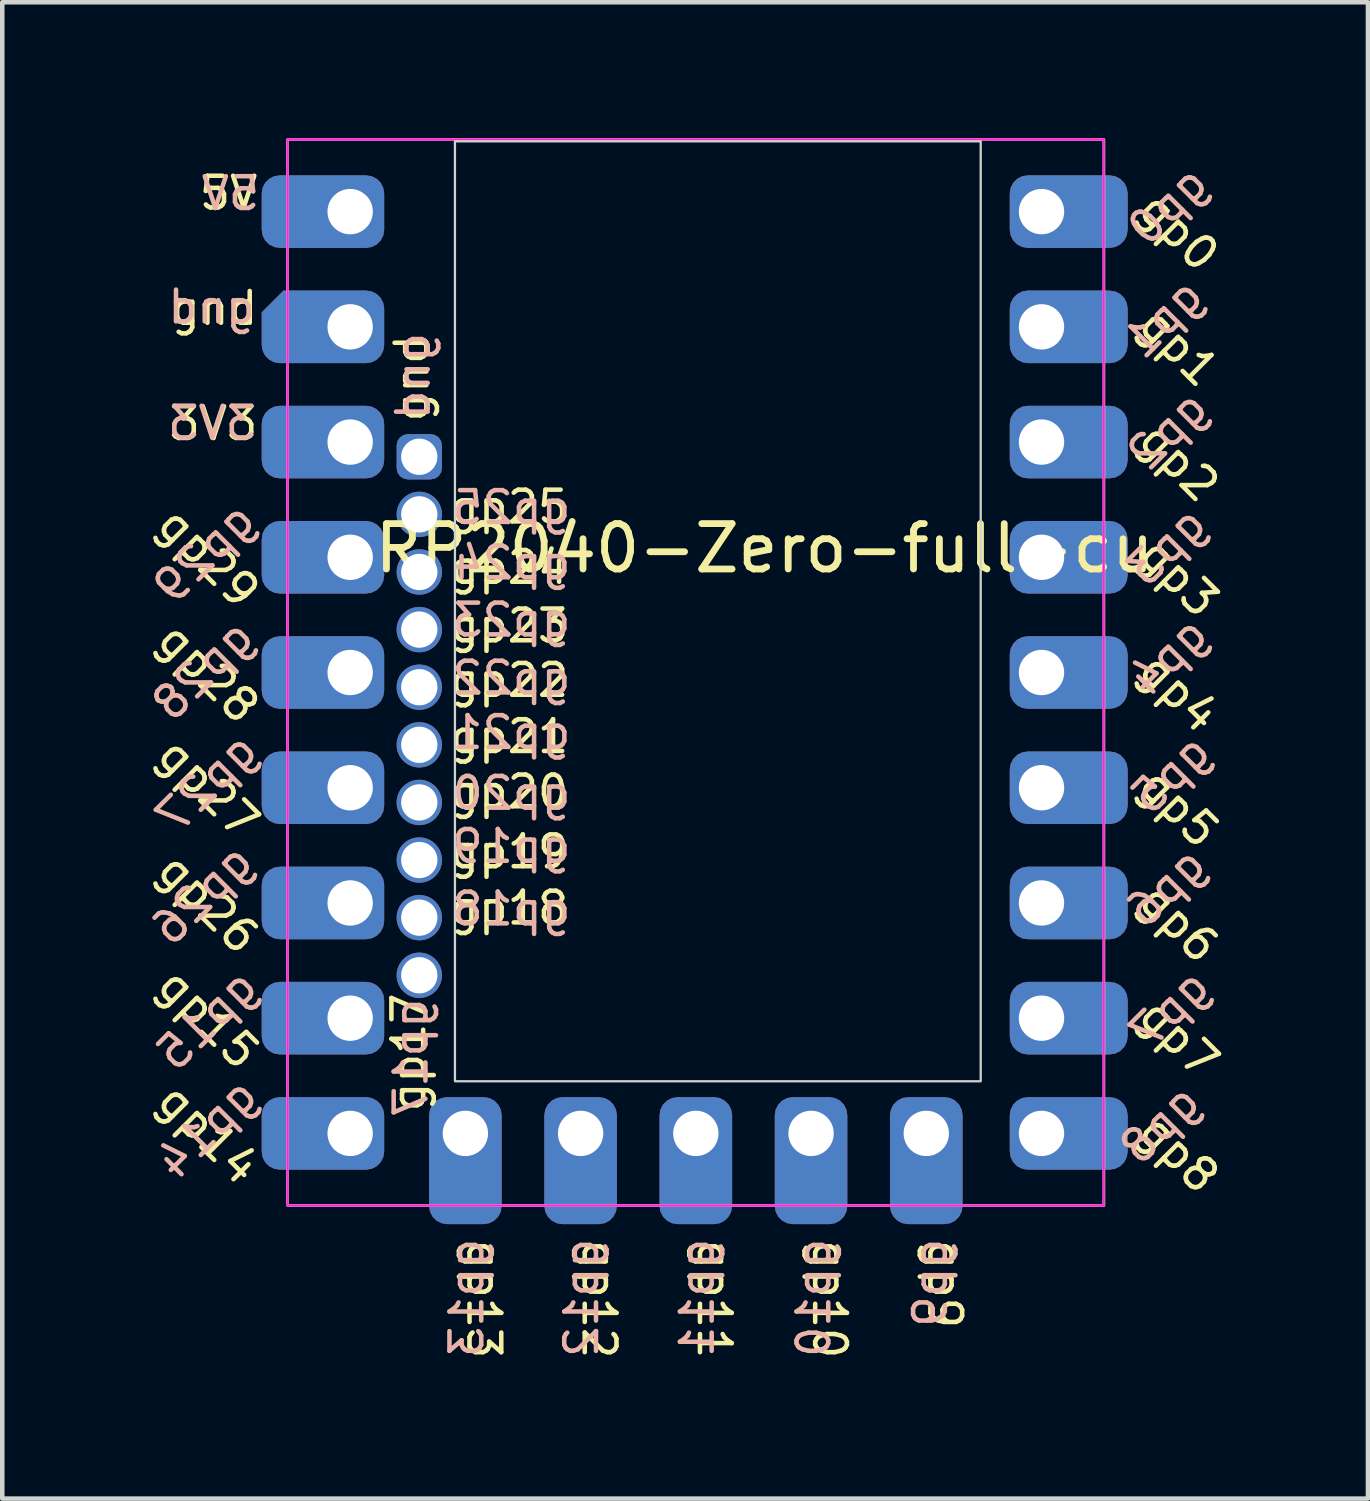
<source format=kicad_pcb>
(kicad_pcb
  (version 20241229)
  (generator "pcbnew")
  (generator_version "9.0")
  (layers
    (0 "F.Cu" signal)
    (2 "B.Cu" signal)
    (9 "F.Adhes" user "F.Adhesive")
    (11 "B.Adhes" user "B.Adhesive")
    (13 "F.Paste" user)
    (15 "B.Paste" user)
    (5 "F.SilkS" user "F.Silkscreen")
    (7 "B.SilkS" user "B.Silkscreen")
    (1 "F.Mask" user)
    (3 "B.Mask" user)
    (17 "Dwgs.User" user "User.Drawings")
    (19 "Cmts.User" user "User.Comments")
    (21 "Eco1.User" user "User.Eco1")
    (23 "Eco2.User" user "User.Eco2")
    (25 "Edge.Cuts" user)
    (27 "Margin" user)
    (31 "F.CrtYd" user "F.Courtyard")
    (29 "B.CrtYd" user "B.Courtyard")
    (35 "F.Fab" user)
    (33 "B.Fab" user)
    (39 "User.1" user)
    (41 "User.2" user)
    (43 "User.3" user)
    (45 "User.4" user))
  (footprint "RP2040-Zero-full-cu"
    (layer "F.Cu")
    (at 12.289 11.775)
    (property "Reference" "RP2040-Zero-full-cu" (at 1.513 -2.737 0) (unlocked yes) (layer "F.SilkS") (effects (font (size 1 1) (thickness 0.15))))
    (attr smd)
    (fp_rect (start -9 -11.75) (end 9 11.75) (stroke (width 0.05) (type default)) (fill no) (layer "F.SilkS"))
    (fp_rect (start -9 -11.75) (end 8.99 11.75) (stroke (width 0.05) (type default)) (fill no) (layer "B.SilkS"))
    (fp_rect (start -5.31 -11.71) (end 6.28 9.01) (stroke (width 0.05) (type default)) (fill no) (layer "Edge.Cuts"))
    (fp_rect (start -9 -11.75) (end 8.99 11.75) (stroke (width 0.05) (type default)) (fill no) (layer "F.CrtYd"))
    (fp_text user "3V3" (at -11.667 -5.08 0) (unlocked yes) (layer "F.SilkS") (effects (font (size 0.7 0.7) (thickness 0.1)) (justify left bottom)))
    (fp_text user "gp5" (at 9.63 2.54 315) (unlocked yes) (layer "F.SilkS") (effects (font (size 0.7 0.7) (thickness 0.1)) (justify left bottom)))
    (fp_text user "gp4" (at 9.63 0 315) (unlocked yes) (layer "F.SilkS") (effects (font (size 0.7 0.7) (thickness 0.1)) (justify left bottom)))
    (fp_text user "gp20" (at -5.48 3.04 0) (unlocked yes) (layer "F.SilkS") (effects (font (size 0.7 0.7) (thickness 0.1)) (justify left bottom)))
    (fp_text user "gp0" (at 9.63 -10.16 315) (unlocked yes) (layer "F.SilkS") (effects (font (size 0.7 0.7) (thickness 0.1)) (justify left bottom)))
    (fp_text user "gp22" (at -5.48 0.58 0) (unlocked yes) (layer "F.SilkS") (effects (font (size 0.7 0.7) (thickness 0.1)) (justify left bottom)))
    (fp_text user "gp8" (at 9.63 10.16 315) (unlocked yes) (layer "F.SilkS") (effects (font (size 0.7 0.7) (thickness 0.1)) (justify left bottom)))
    (fp_text user "gp17" (at -5.92 9.74 90) (unlocked yes) (layer "F.SilkS") (effects (font (size 0.7 0.7) (thickness 0.1)) (justify left bottom)))
    (fp_text user "gp12" (at -2.54 12.45 270) (unlocked yes) (layer "F.SilkS") (effects (font (size 0.7 0.7) (thickness 0.1)) (justify left bottom)))
    (fp_text user "gp21" (at -5.48 1.82 0) (unlocked yes) (layer "F.SilkS") (effects (font (size 0.7 0.7) (thickness 0.1)) (justify left bottom)))
    (fp_text user "gnd" (at -11.633 -7.62 0) (unlocked yes) (layer "F.SilkS") (effects (font (size 0.7 0.7) (thickness 0.1)) (justify left bottom)))
    (fp_text user "gp23" (at -5.48 -0.62 0) (unlocked yes) (layer "F.SilkS") (effects (font (size 0.7 0.7) (thickness 0.1)) (justify left bottom)))
    (fp_text user "gp25" (at -5.48 -3.24 0) (unlocked yes) (layer "F.SilkS") (effects (font (size 0.7 0.7) (thickness 0.1)) (justify left bottom)))
    (fp_text user "gnd" (at -5.85 -5.47 90) (unlocked yes) (layer "F.SilkS") (effects (font (size 0.7 0.7) (thickness 0.1)) (justify left bottom)))
    (fp_text user "gp29" (at -12 -3.21 315) (unlocked yes) (layer "F.SilkS") (effects (font (size 0.7 0.7) (thickness 0.1)) (justify left bottom)))
    (fp_text user "gp14" (at -12 9.49 315) (unlocked yes) (layer "F.SilkS") (effects (font (size 0.7 0.7) (thickness 0.1)) (justify left bottom)))
    (fp_text user "gp27" (at -12 1.87 315) (unlocked yes) (layer "F.SilkS") (effects (font (size 0.7 0.7) (thickness 0.1)) (justify left bottom)))
    (fp_text user "gp18" (at -5.48 5.6 0) (unlocked yes) (layer "F.SilkS") (effects (font (size 0.7 0.7) (thickness 0.1)) (justify left bottom)))
    (fp_text user "gp3" (at 9.63 -2.54 315) (unlocked yes) (layer "F.SilkS") (effects (font (size 0.7 0.7) (thickness 0.1)) (justify left bottom)))
    (fp_text user "gp2" (at 9.63 -5.08 315) (unlocked yes) (layer "F.SilkS") (effects (font (size 0.7 0.7) (thickness 0.1)) (justify left bottom)))
    (fp_text user "gp9" (at 5.08 12.45 270) (unlocked yes) (layer "F.SilkS") (effects (font (size 0.7 0.7) (thickness 0.1)) (justify left bottom)))
    (fp_text user "gp28" (at -12 -0.67 315) (unlocked yes) (layer "F.SilkS") (effects (font (size 0.7 0.7) (thickness 0.1)) (justify left bottom)))
    (fp_text user "gp15" (at -12 6.95 315) (unlocked yes) (layer "F.SilkS") (effects (font (size 0.7 0.7) (thickness 0.1)) (justify left bottom)))
    (fp_text user "gp26" (at -12 4.41 315) (unlocked yes) (layer "F.SilkS") (effects (font (size 0.7 0.7) (thickness 0.1)) (justify left bottom)))
    (fp_text user "gp19" (at -5.48 4.36 0) (unlocked yes) (layer "F.SilkS") (effects (font (size 0.7 0.7) (thickness 0.1)) (justify left bottom)))
    (fp_text user "gp10" (at 2.54 12.45 270) (unlocked yes) (layer "F.SilkS") (effects (font (size 0.7 0.7) (thickness 0.1)) (justify left bottom)))
    (fp_text user "5V" (at -11 -10.16 0) (unlocked yes) (layer "F.SilkS") (effects (font (size 0.7 0.7) (thickness 0.1)) (justify left bottom)))
    (fp_text user "gp24" (at -5.48 -1.91 0) (unlocked yes) (layer "F.SilkS") (effects (font (size 0.7 0.7) (thickness 0.1)) (justify left bottom)))
    (fp_text user "gp1" (at 9.63 -7.62 315) (unlocked yes) (layer "F.SilkS") (effects (font (size 0.7 0.7) (thickness 0.1)) (justify left bottom)))
    (fp_text user "gp11" (at 0 12.45 270) (unlocked yes) (layer "F.SilkS") (effects (font (size 0.7 0.7) (thickness 0.1)) (justify left bottom)))
    (fp_text user "gp6" (at 9.63 5.08 315) (unlocked yes) (layer "F.SilkS") (effects (font (size 0.7 0.7) (thickness 0.1)) (justify left bottom)))
    (fp_text user "gp7" (at 9.63 7.62 315) (unlocked yes) (layer "F.SilkS") (effects (font (size 0.7 0.7) (thickness 0.1)) (justify left bottom)))
    (fp_text user "gp13" (at -5.08 12.45 270) (unlocked yes) (layer "F.SilkS") (effects (font (size 0.7 0.7) (thickness 0.1)) (justify left bottom)))
    (fp_text user "gp2" (at 11.42 -5.78 45) (unlocked yes) (layer "B.SilkS") (effects (font (size 0.7 0.7) (thickness 0.1)) (justify left bottom mirror)))
    (fp_text user "gp20" (at -2.7 3.07 0) (unlocked yes) (layer "B.SilkS") (effects (font (size 0.7 0.7) (thickness 0.1)) (justify left bottom mirror)))
    (fp_text user "gp22" (at -2.7 0.53 0) (unlocked yes) (layer "B.SilkS") (effects (font (size 0.7 0.7) (thickness 0.1)) (justify left bottom mirror)))
    (fp_text user "gp7" (at 11.46 6.98 45) (unlocked yes) (layer "B.SilkS") (effects (font (size 0.7 0.7) (thickness 0.1)) (justify left bottom mirror)))
    (fp_text user "gp14" (at -9.53 9.38 45) (unlocked yes) (layer "B.SilkS") (effects (font (size 0.7 0.7) (thickness 0.1)) (justify left bottom mirror)))
    (fp_text user "gp24" (at -2.7 -2.01 0) (unlocked yes) (layer "B.SilkS") (effects (font (size 0.7 0.7) (thickness 0.1)) (justify left bottom mirror)))
    (fp_text user "gp4" (at 11.42 -0.79 45) (unlocked yes) (layer "B.SilkS") (effects (font (size 0.7 0.7) (thickness 0.1)) (justify left bottom mirror)))
    (fp_text user "gp11" (at 0.44 12.42 90) (unlocked yes) (layer "B.SilkS") (effects (font (size 0.7 0.7) (thickness 0.1)) (justify left bottom mirror)))
    (fp_text user "gp15" (at -9.53 6.98 45) (unlocked yes) (layer "B.SilkS") (effects (font (size 0.7 0.7) (thickness 0.1)) (justify left bottom mirror)))
    (fp_text user "gnd" (at -9.66 -7.65 0) (unlocked yes) (layer "B.SilkS") (effects (font (size 0.7 0.7) (thickness 0.1)) (justify left bottom mirror)))
    (fp_text user "gp8" (at 11.25 9.52 45) (unlocked yes) (layer "B.SilkS") (effects (font (size 0.7 0.7) (thickness 0.1)) (justify left bottom mirror)))
    (fp_text user "gp10" (at 3.01 12.42 90) (unlocked yes) (layer "B.SilkS") (effects (font (size 0.7 0.7) (thickness 0.1)) (justify left bottom mirror)))
    (fp_text user "gp3" (at 11.39 -3.22 45) (unlocked yes) (layer "B.SilkS") (effects (font (size 0.7 0.7) (thickness 0.1)) (justify left bottom mirror)))
    (fp_text user "gp25" (at -2.7 -3.23 0) (unlocked yes) (layer "B.SilkS") (effects (font (size 0.7 0.7) (thickness 0.1)) (justify left bottom mirror)))
    (fp_text user "gp23" (at -2.7 -0.75 0) (unlocked yes) (layer "B.SilkS") (effects (font (size 0.7 0.7) (thickness 0.1)) (justify left bottom mirror)))
    (fp_text user "gp6" (at 11.38 4.29 45) (unlocked yes) (layer "B.SilkS") (effects (font (size 0.7 0.7) (thickness 0.1)) (justify left bottom mirror)))
    (fp_text user "gp9" (at 5.58 12.42 90) (unlocked yes) (layer "B.SilkS") (effects (font (size 0.7 0.7) (thickness 0.1)) (justify left bottom mirror)))
    (fp_text user "gp12" (at -2.11 12.42 90) (unlocked yes) (layer "B.SilkS") (effects (font (size 0.7 0.7) (thickness 0.1)) (justify left bottom mirror)))
    (fp_text user "gnd" (at -5.82 -7.55 90) (unlocked yes) (layer "B.SilkS") (effects (font (size 0.7 0.7) (thickness 0.1)) (justify left bottom mirror)))
    (fp_text user "gp29" (at -9.58 -3.31 45) (unlocked yes) (layer "B.SilkS") (effects (font (size 0.7 0.7) (thickness 0.1)) (justify left bottom mirror)))
    (fp_text user "gp17" (at -5.87 7.13 90) (unlocked yes) (layer "B.SilkS") (effects (font (size 0.7 0.7) (thickness 0.1)) (justify left bottom mirror)))
    (fp_text user "gp18" (at -2.7 5.62 0) (unlocked yes) (layer "B.SilkS") (effects (font (size 0.7 0.7) (thickness 0.1)) (justify left bottom mirror)))
    (fp_text user "gp19" (at -2.7 4.24 0) (unlocked yes) (layer "B.SilkS") (effects (font (size 0.7 0.7) (thickness 0.1)) (justify left bottom mirror)))
    (fp_text user "gp13" (at -4.64 12.42 90) (unlocked yes) (layer "B.SilkS") (effects (font (size 0.7 0.7) (thickness 0.1)) (justify left bottom mirror)))
    (fp_text user "gp28" (at -9.61 -0.73 45) (unlocked yes) (layer "B.SilkS") (effects (font (size 0.7 0.7) (thickness 0.1)) (justify left bottom mirror)))
    (fp_text user "5V" (at -9.56 -10.15 0) (unlocked yes) (layer "B.SilkS") (effects (font (size 0.7 0.7) (thickness 0.1)) (justify left bottom mirror)))
    (fp_text user "gp0" (at 11.42 -10.73 45) (unlocked yes) (layer "B.SilkS") (effects (font (size 0.7 0.7) (thickness 0.1)) (justify left bottom mirror)))
    (fp_text user "gp27" (at -9.53 1.77 45) (unlocked yes) (layer "B.SilkS") (effects (font (size 0.7 0.7) (thickness 0.1)) (justify left bottom mirror)))
    (fp_text user "gp26" (at -9.63 4.22 45) (unlocked yes) (layer "B.SilkS") (effects (font (size 0.7 0.7) (thickness 0.1)) (justify left bottom mirror)))
    (fp_text user "gp21" (at -2.7 1.73 0) (unlocked yes) (layer "B.SilkS") (effects (font (size 0.7 0.7) (thickness 0.1)) (justify left bottom mirror)))
    (fp_text user "gp5" (at 11.48 1.8 45) (unlocked yes) (layer "B.SilkS") (effects (font (size 0.7 0.7) (thickness 0.1)) (justify left bottom mirror)))
    (fp_text user "3V3" (at -9.63 -5.09 0) (unlocked yes) (layer "B.SilkS") (effects (font (size 0.7 0.7) (thickness 0.1)) (justify left bottom mirror)))
    (fp_text user "gp1" (at 11.32 -8.25 45) (unlocked yes) (layer "B.SilkS") (effects (font (size 0.7 0.7) (thickness 0.1)) (justify left bottom mirror)))
    (pad "1" thru_hole roundrect (at 7.62 -10.16) (size 2.6 1.6) (drill 1 (offset 0.6 0)) (layers "*.Cu" "*.Mask") (roundrect_rratio 0.25) (chamfer_ratio 0.2) (chamfer))
    (pad "2" thru_hole roundrect (at 7.62 -7.62) (size 2.6 1.6) (drill 1 (offset 0.6 0)) (layers "*.Cu" "*.Mask") (roundrect_rratio 0.25) (chamfer_ratio 0.2) (chamfer))
    (pad "3" thru_hole roundrect (at 7.62 -5.08) (size 2.6 1.6) (drill 1 (offset 0.6 0)) (layers "*.Cu" "*.Mask") (roundrect_rratio 0.25) (chamfer_ratio 0.2) (chamfer))
    (pad "4" thru_hole roundrect (at 7.62 -2.54) (size 2.6 1.6) (drill 1 (offset 0.6 0)) (layers "*.Cu" "*.Mask") (roundrect_rratio 0.25) (chamfer_ratio 0.2) (chamfer))
    (pad "5" thru_hole roundrect (at 7.62 0) (size 2.6 1.6) (drill 1 (offset 0.6 0)) (layers "*.Cu" "*.Mask") (roundrect_rratio 0.25) (chamfer_ratio 0.2) (chamfer))
    (pad "6" thru_hole roundrect (at 7.62 2.54) (size 2.6 1.6) (drill 1 (offset 0.6 0)) (layers "*.Cu" "*.Mask") (roundrect_rratio 0.25) (chamfer_ratio 0.2) (chamfer))
    (pad "7" thru_hole roundrect (at 7.62 5.08) (size 2.6 1.6) (drill 1 (offset 0.6 0)) (layers "*.Cu" "*.Mask") (roundrect_rratio 0.25) (chamfer_ratio 0.2) (chamfer))
    (pad "8" thru_hole roundrect (at 7.62 7.62) (size 2.6 1.6) (drill 1 (offset 0.6 0)) (layers "*.Cu" "*.Mask") (roundrect_rratio 0.25) (chamfer_ratio 0.2) (chamfer))
    (pad "9" thru_hole roundrect (at 7.62 10.16) (size 2.6 1.6) (drill 1 (offset 0.6 0)) (layers "*.Cu" "*.Mask") (roundrect_rratio 0.25) (chamfer_ratio 0.2) (chamfer))
    (pad "10" thru_hole roundrect (at 5.08 10.16) (size 1.6 2.8) (drill 1 (offset 0 0.6)) (layers "*.Cu" "*.Mask") (roundrect_rratio 0.25) (chamfer_ratio 0.2) (chamfer))
    (pad "11" thru_hole roundrect (at 2.54 10.16) (size 1.6 2.8) (drill 1 (offset 0 0.6)) (layers "*.Cu" "*.Mask") (roundrect_rratio 0.25) (chamfer_ratio 0.2) (chamfer))
    (pad "12" thru_hole roundrect (at 0 10.16) (size 1.6 2.8) (drill 1 (offset 0 0.6)) (layers "*.Cu" "*.Mask") (roundrect_rratio 0.25) (chamfer_ratio 0.2) (chamfer))
    (pad "13" thru_hole roundrect (at -2.54 10.16) (size 1.6 2.8) (drill 1 (offset 0 0.6)) (layers "*.Cu" "*.Mask") (roundrect_rratio 0.25) (chamfer_ratio 0.2) (chamfer))
    (pad "14" thru_hole roundrect (at -5.08 10.16) (size 1.6 2.8) (drill 1 (offset 0 0.6)) (layers "*.Cu" "*.Mask") (roundrect_rratio 0.25) (chamfer_ratio 0.2) (chamfer))
    (pad "15" thru_hole roundrect (at -7.62 10.16) (size 2.7 1.6) (drill 1 (offset -0.6 0)) (layers "*.Cu" "*.Mask") (roundrect_rratio 0.25) (chamfer_ratio 0.2) (chamfer))
    (pad "16" thru_hole roundrect (at -7.62 7.62) (size 2.7 1.6) (drill 1 (offset -0.6 0)) (layers "*.Cu" "*.Mask") (roundrect_rratio 0.25) (chamfer_ratio 0.2) (chamfer))
    (pad "17" thru_hole roundrect (at -7.62 5.08) (size 2.7 1.6) (drill 1 (offset -0.6 0)) (layers "*.Cu" "*.Mask") (roundrect_rratio 0.25) (chamfer_ratio 0.2) (chamfer))
    (pad "18" thru_hole roundrect (at -7.62 2.54) (size 2.7 1.6) (drill 1 (offset -0.6 0)) (layers "*.Cu" "*.Mask") (roundrect_rratio 0.25) (chamfer_ratio 0.2) (chamfer))
    (pad "19" thru_hole roundrect (at -7.62 0) (size 2.7 1.6) (drill 1 (offset -0.6 0)) (layers "*.Cu" "*.Mask") (roundrect_rratio 0.25) (chamfer_ratio 0.2) (chamfer))
    (pad "20" thru_hole roundrect (at -7.62 -2.54) (size 2.7 1.6) (drill 1 (offset -0.6 0)) (layers "*.Cu" "*.Mask") (roundrect_rratio 0.25) (chamfer_ratio 0.2) (chamfer))
    (pad "21" thru_hole roundrect (at -7.62 -5.08) (size 2.7 1.6) (drill 1 (offset -0.6 0)) (layers "*.Cu" "*.Mask") (roundrect_rratio 0.25) (chamfer_ratio 0.2) (chamfer))
    (pad "22" thru_hole roundrect (at -7.62 -7.62) (size 2.7 1.6) (drill 1 (offset -0.6 0)) (layers "*.Cu" "*.Mask") (roundrect_rratio 0.25) (chamfer_ratio 0.3) (chamfer top_left))
    (pad "23" thru_hole roundrect (at -7.62 -10.16) (size 2.7 1.6) (drill 1 (offset -0.6 0)) (layers "*.Cu" "*.Mask") (roundrect_rratio 0.25) (chamfer_ratio 0.2) (chamfer))
    (pad "24" thru_hole circle (at -6.096 6.674) (size 1 1) (drill 0.8) (layers "*.Cu" "*.Mask"))
    (pad "25" thru_hole circle (at -6.096 5.404) (size 1 1) (drill 0.8) (layers "*.Cu" "*.Mask"))
    (pad "26" thru_hole circle (at -6.096 4.134) (size 1 1) (drill 0.8) (layers "*.Cu" "*.Mask"))
    (pad "27" thru_hole circle (at -6.096 2.864) (size 1 1) (drill 0.8) (layers "*.Cu" "*.Mask"))
    (pad "28" thru_hole circle (at -6.096 1.594) (size 1 1) (drill 0.8) (layers "*.Cu" "*.Mask"))
    (pad "29" thru_hole circle (at -6.096 0.324) (size 1 1) (drill 0.8) (layers "*.Cu" "*.Mask"))
    (pad "30" thru_hole circle (at -6.096 -0.946) (size 1 1) (drill 0.8) (layers "*.Cu" "*.Mask"))
    (pad "31" thru_hole circle (at -6.096 -2.216) (size 1 1) (drill 0.8) (layers "*.Cu" "*.Mask"))
    (pad "32" thru_hole circle (at -6.096 -3.486) (size 1 1) (drill 0.8) (layers "*.Cu" "*.Mask"))
    (pad "33" thru_hole roundrect (at -6.096 -4.756) (size 1 1) (drill 0.8) (layers "*.Cu" "*.Mask") (roundrect_rratio 0.25)))
  (gr_rect
    (start -3 -3)
    (end 27.106 29.985)
    (stroke (width 0.1) (type default))
    (fill no)
    (layer "Edge.Cuts")))
</source>
